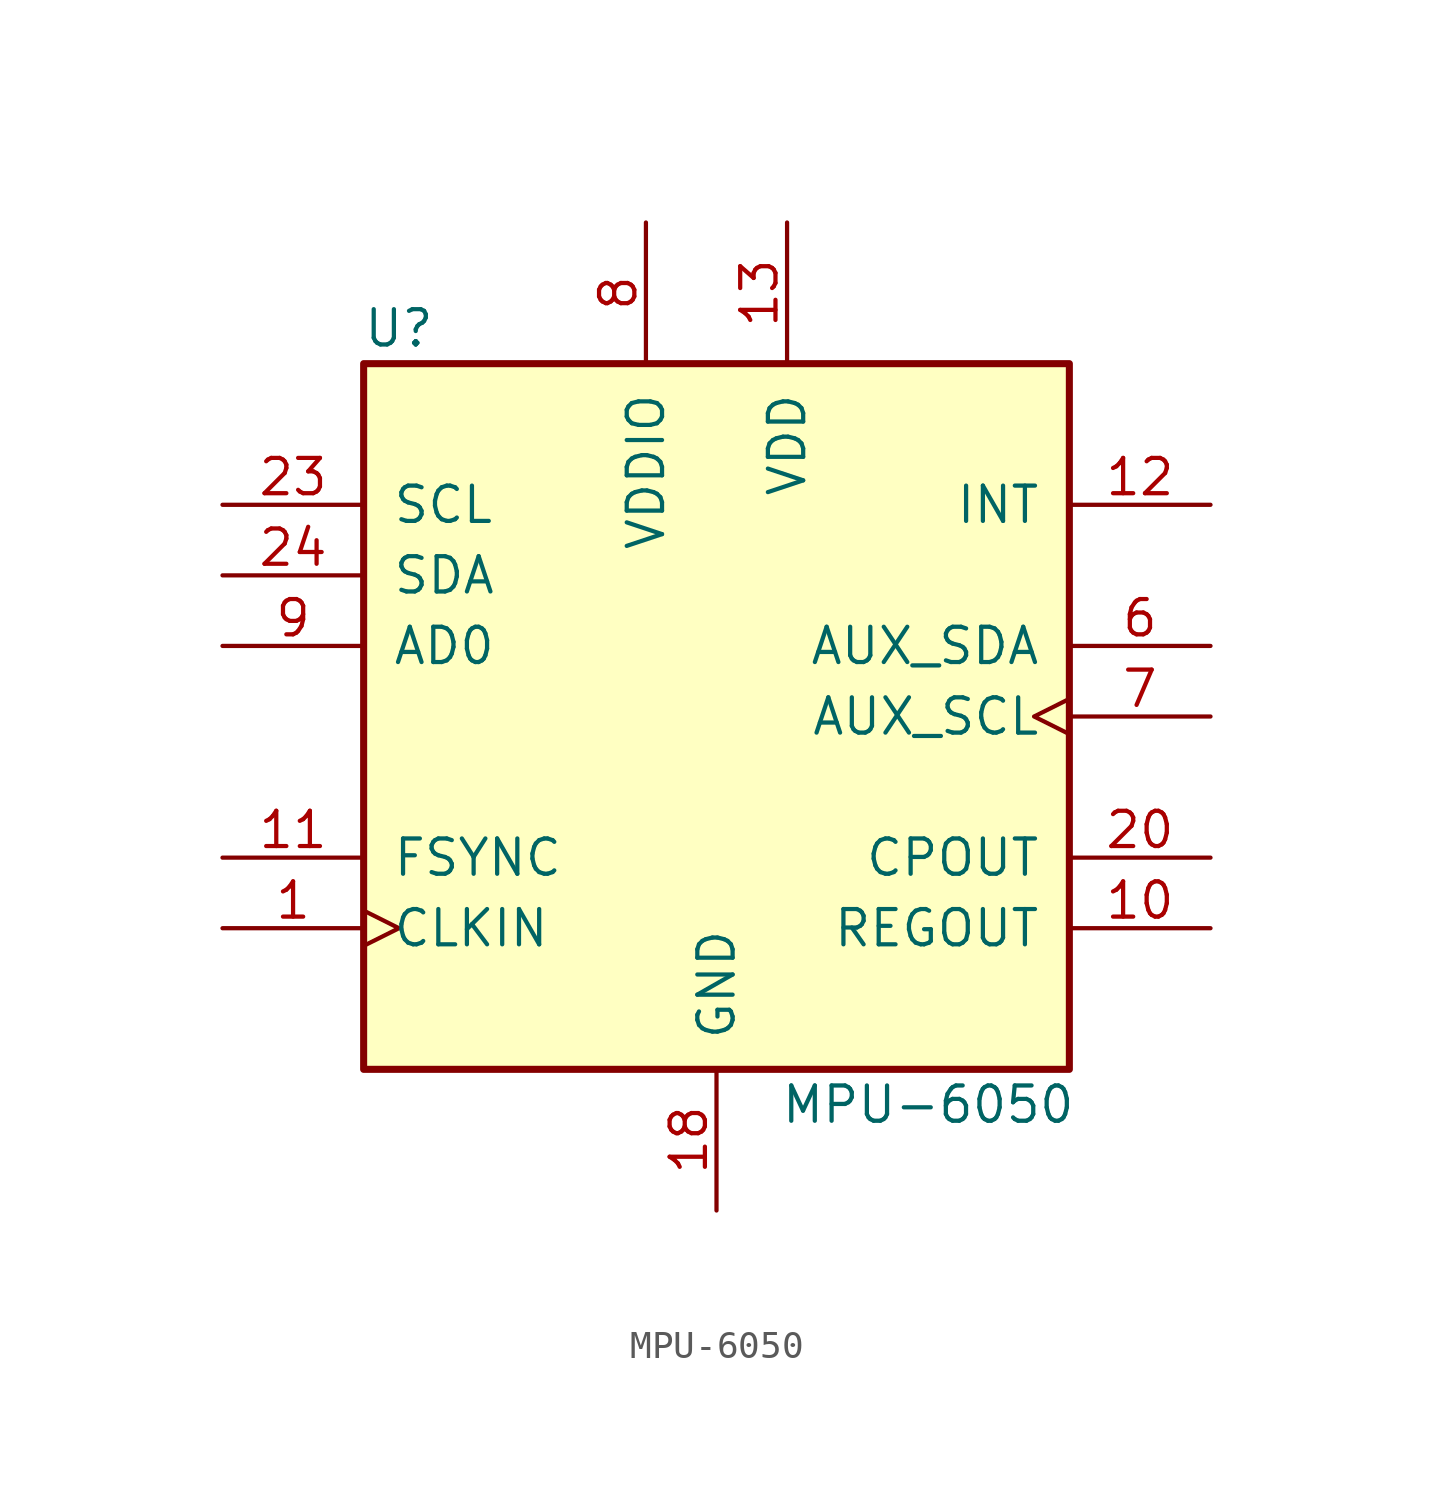
<source format=kicad_sym>
(kicad_symbol_lib
  (version 20241209)
  (generator "kicad_symbol_editor")
  (generator_version "9.0")
  (symbol "MPU-6050"
    (pin_names
      (offset 1.016))
    (property "Reference" "U"
      (at -11.43 13.97 0)
      (effects (font (size 1.27 1.27))))
    (property "Value" "MPU-6050"
      (at 7.62 -13.97 0)
      (effects (font (size 1.27 1.27))))
    (symbol "MPU-6050_0_1"
      (rectangle (start -12.7 12.7) (end 12.7 -12.7) (stroke (width 0.254) (type solid)) (fill (type background))))
    (symbol "MPU-6050_1_1"
      (pin input line (at -17.78 7.62 0) (length 5.08) (name "SCL" (effects (font (size 1.27 1.27)))) (number "23" (effects (font (size 1.27 1.27)))))
      (pin bidirectional line (at -17.78 5.08 0) (length 5.08) (name "SDA" (effects (font (size 1.27 1.27)))) (number "24" (effects (font (size 1.27 1.27)))))
      (pin input line (at -17.78 2.54 0) (length 5.08) (name "AD0" (effects (font (size 1.27 1.27)))) (number "9" (effects (font (size 1.27 1.27)))))
      (pin input line (at -17.78 -5.08 0) (length 5.08) (name "FSYNC" (effects (font (size 1.27 1.27)))) (number "11" (effects (font (size 1.27 1.27)))))
      (pin input clock (at -17.78 -7.62 0) (length 5.08) (name "CLKIN" (effects (font (size 1.27 1.27)))) (number "1" (effects (font (size 1.27 1.27)))))
      (pin no_connect line (at -3.81 0 90) (length 5.08) (hide yes) (name "NC" (effects (font (size 1.27 1.27)))) (number "14" (effects (font (size 1.27 1.27)))))
      (pin no_connect line (at -3.81 0 90) (length 5.08) (hide yes) (name "NC" (effects (font (size 1.27 1.27)))) (number "15" (effects (font (size 1.27 1.27)))))
      (pin no_connect line (at -3.81 0 90) (length 5.08) (hide yes) (name "NC" (effects (font (size 1.27 1.27)))) (number "16" (effects (font (size 1.27 1.27)))))
      (pin no_connect line (at -3.81 0 90) (length 5.08) (hide yes) (name "NC" (effects (font (size 1.27 1.27)))) (number "17" (effects (font (size 1.27 1.27)))))
      (pin no_connect line (at -3.81 0 90) (length 5.08) (hide yes) (name "NC" (effects (font (size 1.27 1.27)))) (number "2" (effects (font (size 1.27 1.27)))))
      (pin no_connect line (at -3.81 0 90) (length 5.08) (hide yes) (name "NC" (effects (font (size 1.27 1.27)))) (number "3" (effects (font (size 1.27 1.27)))))
      (pin no_connect line (at -3.81 0 90) (length 5.08) (hide yes) (name "NC" (effects (font (size 1.27 1.27)))) (number "4" (effects (font (size 1.27 1.27)))))
      (pin no_connect line (at -3.81 0 90) (length 5.08) (hide yes) (name "NC" (effects (font (size 1.27 1.27)))) (number "5" (effects (font (size 1.27 1.27)))))
      (pin passive line (at -2.54 17.78 270) (length 5.08) (name "VDDIO" (effects (font (size 1.27 1.27)))) (number "8" (effects (font (size 1.27 1.27)))))
      (pin no_connect line (at -1.27 0 90) (length 5.08) (hide yes) (name "RESV" (effects (font (size 1.27 1.27)))) (number "19" (effects (font (size 1.27 1.27)))))
      (pin no_connect line (at -1.27 0 90) (length 5.08) (hide yes) (name "RESV" (effects (font (size 1.27 1.27)))) (number "21" (effects (font (size 1.27 1.27)))))
      (pin no_connect line (at -1.27 0 90) (length 5.08) (hide yes) (name "RESV" (effects (font (size 1.27 1.27)))) (number "22" (effects (font (size 1.27 1.27)))))
      (pin power_in line (at 0 -17.78 90) (length 5.08) (name "GND" (effects (font (size 1.27 1.27)))) (number "18" (effects (font (size 1.27 1.27)))))
      (pin power_in line (at 0 -17.78 90) (length 5.08) (hide yes) (name "GND" (effects (font (size 1.27 1.27)))) (number "25" (effects (font (size 1.27 1.27)))))
      (pin power_in line (at 2.54 17.78 270) (length 5.08) (name "VDD" (effects (font (size 1.27 1.27)))) (number "13" (effects (font (size 1.27 1.27)))))
      (pin output line (at 17.78 7.62 180) (length 5.08) (name "INT" (effects (font (size 1.27 1.27)))) (number "12" (effects (font (size 1.27 1.27)))))
      (pin bidirectional line (at 17.78 2.54 180) (length 5.08) (name "AUX_SDA" (effects (font (size 1.27 1.27)))) (number "6" (effects (font (size 1.27 1.27)))))
      (pin output clock (at 17.78 0 180) (length 5.08) (name "AUX_SCL" (effects (font (size 1.27 1.27)))) (number "7" (effects (font (size 1.27 1.27)))))
      (pin passive line (at 17.78 -5.08 180) (length 5.08) (name "CPOUT" (effects (font (size 1.27 1.27)))) (number "20" (effects (font (size 1.27 1.27)))))
      (pin passive line (at 17.78 -7.62 180) (length 5.08) (name "REGOUT" (effects (font (size 1.27 1.27)))) (number "10" (effects (font (size 1.27 1.27))))))))
</source>
